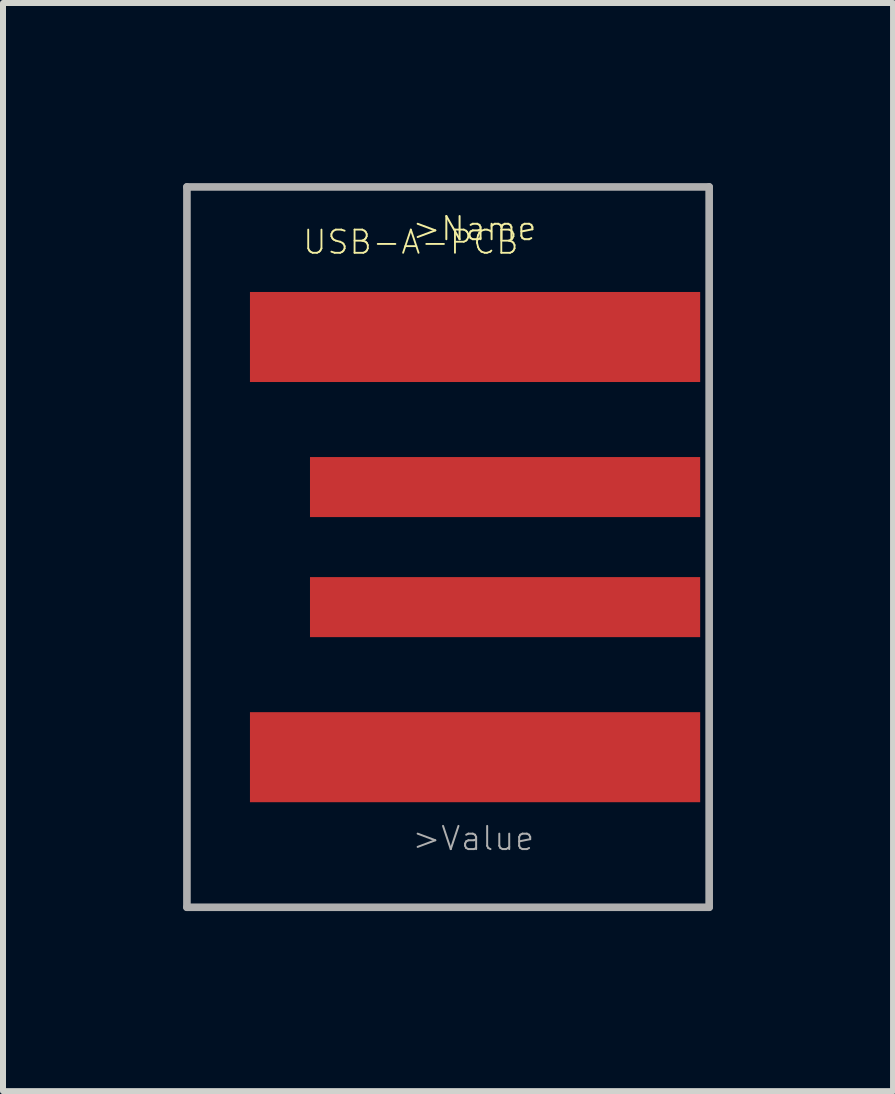
<source format=kicad_pcb>
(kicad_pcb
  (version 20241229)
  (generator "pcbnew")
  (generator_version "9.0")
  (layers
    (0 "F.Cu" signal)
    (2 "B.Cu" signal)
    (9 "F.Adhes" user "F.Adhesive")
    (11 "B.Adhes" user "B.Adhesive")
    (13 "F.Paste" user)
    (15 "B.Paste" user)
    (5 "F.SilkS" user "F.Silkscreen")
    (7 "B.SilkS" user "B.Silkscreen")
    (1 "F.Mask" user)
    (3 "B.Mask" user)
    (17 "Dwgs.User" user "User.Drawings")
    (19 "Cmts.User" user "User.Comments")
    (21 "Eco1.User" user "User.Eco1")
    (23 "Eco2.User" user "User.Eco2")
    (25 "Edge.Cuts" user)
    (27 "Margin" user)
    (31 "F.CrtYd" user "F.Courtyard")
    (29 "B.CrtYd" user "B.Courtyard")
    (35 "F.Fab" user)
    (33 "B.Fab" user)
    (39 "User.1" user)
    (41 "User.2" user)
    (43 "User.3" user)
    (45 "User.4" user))
  (footprint "USB-A-PCB"
    (layer "F.Cu")
    (at 5.064 6.064)
    (property "Reference" "USB-A-PCB" (at -1.27 -5.08 180) (layer "F.SilkS") (effects (font (size 0.386 0.386) (thickness 0.031))))
    (attr through_hole)
    (fp_line (start -5 -6) (end 3.7 -6) (stroke (width 0.127) (type solid)) (layer "F.Fab"))
    (fp_line (start -5 6) (end -5 -6) (stroke (width 0.127) (type solid)) (layer "F.Fab"))
    (fp_line (start 3.7 -6) (end 3.7 6) (stroke (width 0.127) (type solid)) (layer "F.Fab"))
    (fp_line (start 3.7 6) (end -5 6) (stroke (width 0.127) (type solid)) (layer "F.Fab"))
    (fp_text user ">Name" (at -1.27 -5.08 0) (layer "F.SilkS") (effects (font (size 0.386 0.386) (thickness 0.033)) (justify left bottom)))
    (fp_text user ">Value" (at -1.27 5.08 0) (layer "F.Fab") (effects (font (size 0.386 0.386) (thickness 0.033)) (justify left bottom)))
    (pad "5V" smd rect (at -0.2 3.5) (size 7.5 1.5) (layers "F.Cu" "F.Mask"))
    (pad "GND" smd rect (at -0.2 -3.5) (size 7.5 1.5) (layers "F.Cu" "F.Mask"))
    (pad "USB_M" smd rect (at 0.3 1) (size 6.5 1) (layers "F.Cu" "F.Mask"))
    (pad "USB_P" smd rect (at 0.3 -1) (size 6.5 1) (layers "F.Cu" "F.Mask")))
  (gr_rect
    (start -3 -3)
    (end 11.827 15.127)
    (stroke (width 0.1) (type default))
    (fill no)
    (layer "Edge.Cuts")))
</source>
